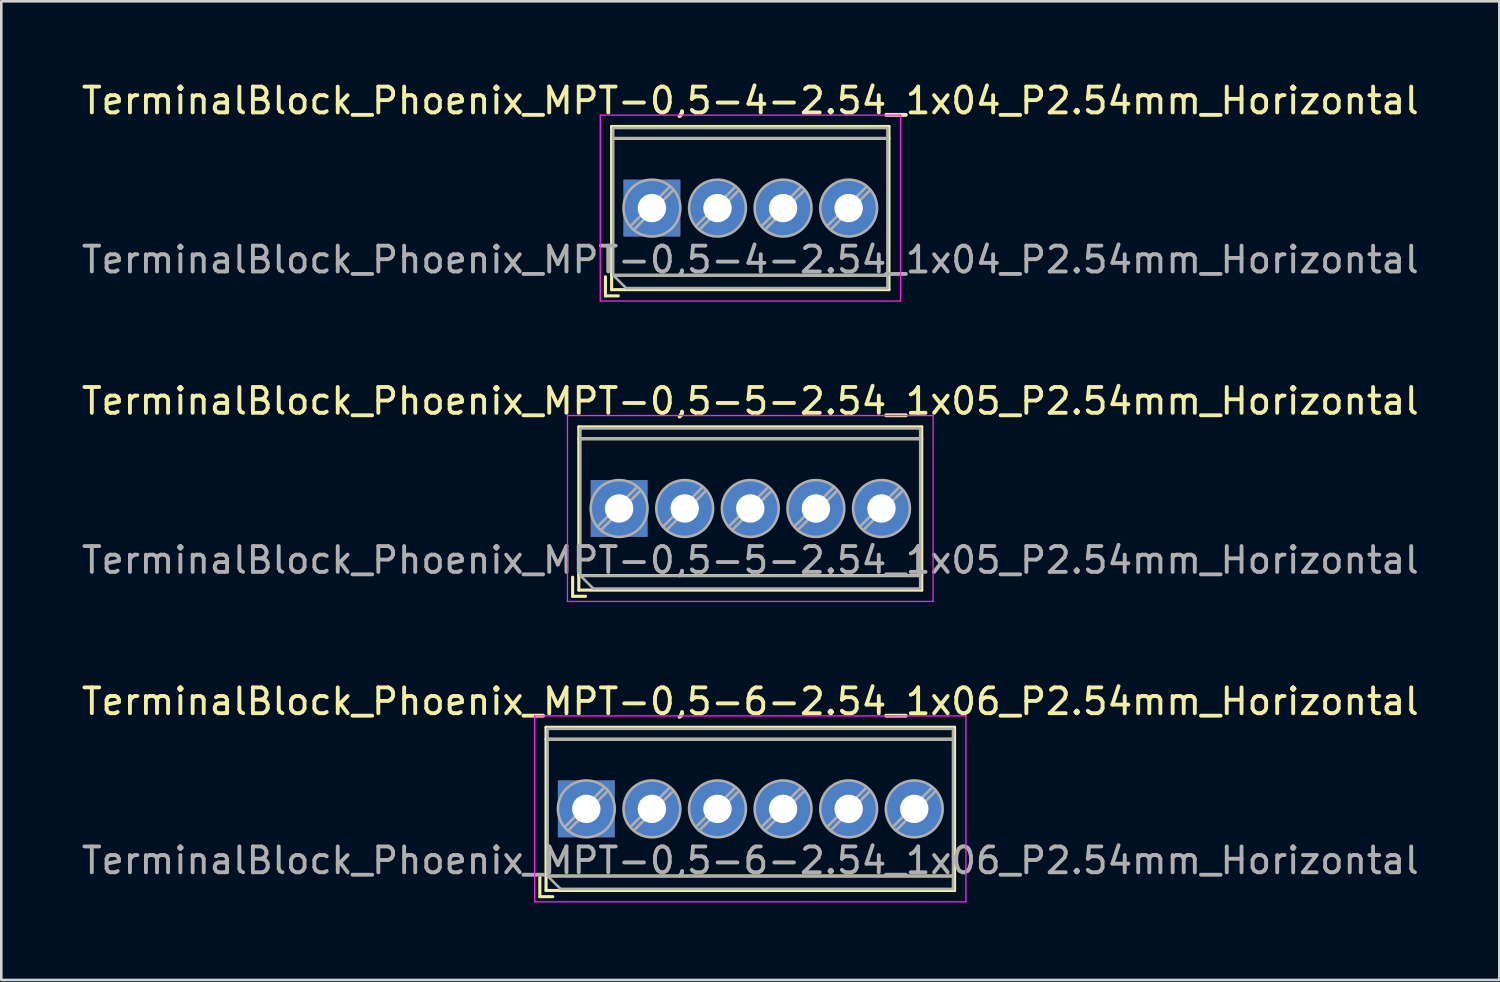
<source format=kicad_pcb>
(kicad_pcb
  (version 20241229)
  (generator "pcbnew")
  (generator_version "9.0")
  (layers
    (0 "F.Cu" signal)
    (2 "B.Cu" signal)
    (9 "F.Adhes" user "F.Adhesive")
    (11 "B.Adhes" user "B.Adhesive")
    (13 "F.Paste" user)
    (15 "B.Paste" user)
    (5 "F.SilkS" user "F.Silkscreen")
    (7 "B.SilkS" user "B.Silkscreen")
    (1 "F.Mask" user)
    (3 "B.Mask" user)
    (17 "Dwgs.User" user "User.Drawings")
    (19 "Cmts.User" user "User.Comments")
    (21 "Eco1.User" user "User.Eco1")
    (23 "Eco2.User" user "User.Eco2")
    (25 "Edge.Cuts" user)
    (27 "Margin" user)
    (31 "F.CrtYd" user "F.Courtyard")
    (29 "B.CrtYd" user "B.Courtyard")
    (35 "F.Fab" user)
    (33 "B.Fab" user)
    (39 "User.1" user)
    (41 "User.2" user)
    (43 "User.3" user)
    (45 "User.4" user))
  (footprint "TerminalBlock_Phoenix_MPT-0,5-5-2.54_1x05_P2.54mm_Horizontal"
    (layer "F.Cu")
    (at 20.926 16.642)
    (property "Reference" "TerminalBlock_Phoenix_MPT-0,5-5-2.54_1x05_P2.54mm_Horizontal" (at 5.08 -4.16 0) (layer "F.SilkS") (effects (font (size 1 1) (thickness 0.15))))
    (attr through_hole)
    (fp_line (start -1.8 2.66) (end -1.8 3.4) (stroke (width 0.12) (type solid)) (layer "F.SilkS"))
    (fp_line (start -1.8 3.4) (end -1.3 3.4) (stroke (width 0.12) (type solid)) (layer "F.SilkS"))
    (fp_line (start -1.56 -3.16) (end -1.56 3.16) (stroke (width 0.12) (type solid)) (layer "F.SilkS"))
    (fp_line (start -1.56 -3.16) (end 11.72 -3.16) (stroke (width 0.12) (type solid)) (layer "F.SilkS"))
    (fp_line (start -1.56 -2.7) (end 11.72 -2.7) (stroke (width 0.12) (type solid)) (layer "F.SilkS"))
    (fp_line (start -1.56 2.6) (end 11.72 2.6) (stroke (width 0.12) (type solid)) (layer "F.SilkS"))
    (fp_line (start -1.56 3.16) (end 11.72 3.16) (stroke (width 0.12) (type solid)) (layer "F.SilkS"))
    (fp_line (start 11.72 -3.16) (end 11.72 3.16) (stroke (width 0.12) (type solid)) (layer "F.SilkS"))
    (fp_line (start -2 -3.6) (end -2 3.6) (stroke (width 0.05) (type solid)) (layer "F.CrtYd"))
    (fp_line (start -2 3.6) (end 12.16 3.6) (stroke (width 0.05) (type solid)) (layer "F.CrtYd"))
    (fp_line (start 12.16 -3.6) (end -2 -3.6) (stroke (width 0.05) (type solid)) (layer "F.CrtYd"))
    (fp_line (start 12.16 3.6) (end 12.16 -3.6) (stroke (width 0.05) (type solid)) (layer "F.CrtYd"))
    (fp_line (start -1.5 -3.1) (end 11.66 -3.1) (stroke (width 0.1) (type solid)) (layer "F.Fab"))
    (fp_line (start -1.5 -2.7) (end 11.66 -2.7) (stroke (width 0.1) (type solid)) (layer "F.Fab"))
    (fp_line (start -1.5 2.6) (end -1.5 -3.1) (stroke (width 0.1) (type solid)) (layer "F.Fab"))
    (fp_line (start -1.5 2.6) (end 11.66 2.6) (stroke (width 0.1) (type solid)) (layer "F.Fab"))
    (fp_line (start -1 3.1) (end -1.5 2.6) (stroke (width 0.1) (type solid)) (layer "F.Fab"))
    (fp_line (start 0.701 -0.835) (end -0.835 0.7) (stroke (width 0.1) (type solid)) (layer "F.Fab"))
    (fp_line (start 0.835 -0.7) (end -0.701 0.835) (stroke (width 0.1) (type solid)) (layer "F.Fab"))
    (fp_line (start 3.241 -0.835) (end 1.706 0.7) (stroke (width 0.1) (type solid)) (layer "F.Fab"))
    (fp_line (start 3.375 -0.7) (end 1.84 0.835) (stroke (width 0.1) (type solid)) (layer "F.Fab"))
    (fp_line (start 5.781 -0.835) (end 4.246 0.7) (stroke (width 0.1) (type solid)) (layer "F.Fab"))
    (fp_line (start 5.915 -0.7) (end 4.38 0.835) (stroke (width 0.1) (type solid)) (layer "F.Fab"))
    (fp_line (start 8.321 -0.835) (end 6.786 0.7) (stroke (width 0.1) (type solid)) (layer "F.Fab"))
    (fp_line (start 8.455 -0.7) (end 6.92 0.835) (stroke (width 0.1) (type solid)) (layer "F.Fab"))
    (fp_line (start 10.861 -0.835) (end 9.326 0.7) (stroke (width 0.1) (type solid)) (layer "F.Fab"))
    (fp_line (start 10.995 -0.7) (end 9.46 0.835) (stroke (width 0.1) (type solid)) (layer "F.Fab"))
    (fp_line (start 11.66 -3.1) (end 11.66 3.1) (stroke (width 0.1) (type solid)) (layer "F.Fab"))
    (fp_line (start 11.66 3.1) (end -1 3.1) (stroke (width 0.1) (type solid)) (layer "F.Fab"))
    (fp_circle (center 0 0) (end 1.1 0) (stroke (width 0.1) (type solid)) (fill no) (layer "F.Fab"))
    (fp_circle (center 2.54 0) (end 3.64 0) (stroke (width 0.1) (type solid)) (fill no) (layer "F.Fab"))
    (fp_circle (center 5.08 0) (end 6.18 0) (stroke (width 0.1) (type solid)) (fill no) (layer "F.Fab"))
    (fp_circle (center 7.62 0) (end 8.72 0) (stroke (width 0.1) (type solid)) (fill no) (layer "F.Fab"))
    (fp_circle (center 10.16 0) (end 11.26 0) (stroke (width 0.1) (type solid)) (fill no) (layer "F.Fab"))
    (fp_text user "${REFERENCE}" (at 5.08 2 0) (layer "F.Fab") (effects (font (size 1 1) (thickness 0.15))))
    (pad "1" thru_hole rect (at 0 0) (size 2.2 2.2) (drill 1.1) (layers "*.Cu" "*.Mask"))
    (pad "2" thru_hole circle (at 2.54 0) (size 2.2 2.2) (drill 1.1) (layers "*.Cu" "*.Mask"))
    (pad "3" thru_hole circle (at 5.08 0) (size 2.2 2.2) (drill 1.1) (layers "*.Cu" "*.Mask"))
    (pad "4" thru_hole circle (at 7.62 0) (size 2.2 2.2) (drill 1.1) (layers "*.Cu" "*.Mask"))
    (pad "5" thru_hole circle (at 10.16 0) (size 2.2 2.2) (drill 1.1) (layers "*.Cu" "*.Mask")))
  (footprint "TerminalBlock_Phoenix_MPT-0,5-6-2.54_1x06_P2.54mm_Horizontal"
    (layer "F.Cu")
    (at 19.656 28.275)
    (property "Reference" "TerminalBlock_Phoenix_MPT-0,5-6-2.54_1x06_P2.54mm_Horizontal" (at 6.35 -4.16 0) (layer "F.SilkS") (effects (font (size 1 1) (thickness 0.15))))
    (attr through_hole)
    (fp_line (start -1.8 2.66) (end -1.8 3.4) (stroke (width 0.12) (type solid)) (layer "F.SilkS"))
    (fp_line (start -1.8 3.4) (end -1.3 3.4) (stroke (width 0.12) (type solid)) (layer "F.SilkS"))
    (fp_line (start -1.56 -3.16) (end -1.56 3.16) (stroke (width 0.12) (type solid)) (layer "F.SilkS"))
    (fp_line (start -1.56 -3.16) (end 14.26 -3.16) (stroke (width 0.12) (type solid)) (layer "F.SilkS"))
    (fp_line (start -1.56 -2.7) (end 14.26 -2.7) (stroke (width 0.12) (type solid)) (layer "F.SilkS"))
    (fp_line (start -1.56 2.6) (end 14.26 2.6) (stroke (width 0.12) (type solid)) (layer "F.SilkS"))
    (fp_line (start -1.56 3.16) (end 14.26 3.16) (stroke (width 0.12) (type solid)) (layer "F.SilkS"))
    (fp_line (start 14.26 -3.16) (end 14.26 3.16) (stroke (width 0.12) (type solid)) (layer "F.SilkS"))
    (fp_line (start -2 -3.6) (end -2 3.6) (stroke (width 0.05) (type solid)) (layer "F.CrtYd"))
    (fp_line (start -2 3.6) (end 14.7 3.6) (stroke (width 0.05) (type solid)) (layer "F.CrtYd"))
    (fp_line (start 14.7 -3.6) (end -2 -3.6) (stroke (width 0.05) (type solid)) (layer "F.CrtYd"))
    (fp_line (start 14.7 3.6) (end 14.7 -3.6) (stroke (width 0.05) (type solid)) (layer "F.CrtYd"))
    (fp_line (start -1.5 -3.1) (end 14.2 -3.1) (stroke (width 0.1) (type solid)) (layer "F.Fab"))
    (fp_line (start -1.5 -2.7) (end 14.2 -2.7) (stroke (width 0.1) (type solid)) (layer "F.Fab"))
    (fp_line (start -1.5 2.6) (end -1.5 -3.1) (stroke (width 0.1) (type solid)) (layer "F.Fab"))
    (fp_line (start -1.5 2.6) (end 14.2 2.6) (stroke (width 0.1) (type solid)) (layer "F.Fab"))
    (fp_line (start -1 3.1) (end -1.5 2.6) (stroke (width 0.1) (type solid)) (layer "F.Fab"))
    (fp_line (start 0.701 -0.835) (end -0.835 0.7) (stroke (width 0.1) (type solid)) (layer "F.Fab"))
    (fp_line (start 0.835 -0.7) (end -0.701 0.835) (stroke (width 0.1) (type solid)) (layer "F.Fab"))
    (fp_line (start 3.241 -0.835) (end 1.706 0.7) (stroke (width 0.1) (type solid)) (layer "F.Fab"))
    (fp_line (start 3.375 -0.7) (end 1.84 0.835) (stroke (width 0.1) (type solid)) (layer "F.Fab"))
    (fp_line (start 5.781 -0.835) (end 4.246 0.7) (stroke (width 0.1) (type solid)) (layer "F.Fab"))
    (fp_line (start 5.915 -0.7) (end 4.38 0.835) (stroke (width 0.1) (type solid)) (layer "F.Fab"))
    (fp_line (start 8.321 -0.835) (end 6.786 0.7) (stroke (width 0.1) (type solid)) (layer "F.Fab"))
    (fp_line (start 8.455 -0.7) (end 6.92 0.835) (stroke (width 0.1) (type solid)) (layer "F.Fab"))
    (fp_line (start 10.861 -0.835) (end 9.326 0.7) (stroke (width 0.1) (type solid)) (layer "F.Fab"))
    (fp_line (start 10.995 -0.7) (end 9.46 0.835) (stroke (width 0.1) (type solid)) (layer "F.Fab"))
    (fp_line (start 13.401 -0.835) (end 11.866 0.7) (stroke (width 0.1) (type solid)) (layer "F.Fab"))
    (fp_line (start 13.535 -0.7) (end 12 0.835) (stroke (width 0.1) (type solid)) (layer "F.Fab"))
    (fp_line (start 14.2 -3.1) (end 14.2 3.1) (stroke (width 0.1) (type solid)) (layer "F.Fab"))
    (fp_line (start 14.2 3.1) (end -1 3.1) (stroke (width 0.1) (type solid)) (layer "F.Fab"))
    (fp_circle (center 0 0) (end 1.1 0) (stroke (width 0.1) (type solid)) (fill no) (layer "F.Fab"))
    (fp_circle (center 2.54 0) (end 3.64 0) (stroke (width 0.1) (type solid)) (fill no) (layer "F.Fab"))
    (fp_circle (center 5.08 0) (end 6.18 0) (stroke (width 0.1) (type solid)) (fill no) (layer "F.Fab"))
    (fp_circle (center 7.62 0) (end 8.72 0) (stroke (width 0.1) (type solid)) (fill no) (layer "F.Fab"))
    (fp_circle (center 10.16 0) (end 11.26 0) (stroke (width 0.1) (type solid)) (fill no) (layer "F.Fab"))
    (fp_circle (center 12.7 0) (end 13.8 0) (stroke (width 0.1) (type solid)) (fill no) (layer "F.Fab"))
    (fp_text user "${REFERENCE}" (at 6.35 2 0) (layer "F.Fab") (effects (font (size 1 1) (thickness 0.15))))
    (pad "1" thru_hole rect (at 0 0) (size 2.2 2.2) (drill 1.1) (layers "*.Cu" "*.Mask"))
    (pad "2" thru_hole circle (at 2.54 0) (size 2.2 2.2) (drill 1.1) (layers "*.Cu" "*.Mask"))
    (pad "3" thru_hole circle (at 5.08 0) (size 2.2 2.2) (drill 1.1) (layers "*.Cu" "*.Mask"))
    (pad "4" thru_hole circle (at 7.62 0) (size 2.2 2.2) (drill 1.1) (layers "*.Cu" "*.Mask"))
    (pad "5" thru_hole circle (at 10.16 0) (size 2.2 2.2) (drill 1.1) (layers "*.Cu" "*.Mask"))
    (pad "6" thru_hole circle (at 12.7 0) (size 2.2 2.2) (drill 1.1) (layers "*.Cu" "*.Mask")))
  (footprint "TerminalBlock_Phoenix_MPT-0,5-4-2.54_1x04_P2.54mm_Horizontal"
    (layer "F.Cu")
    (at 22.196 5.008)
    (property "Reference" "TerminalBlock_Phoenix_MPT-0,5-4-2.54_1x04_P2.54mm_Horizontal" (at 3.81 -4.16 0) (layer "F.SilkS") (effects (font (size 1 1) (thickness 0.15))))
    (attr through_hole)
    (fp_line (start -1.8 2.66) (end -1.8 3.4) (stroke (width 0.12) (type solid)) (layer "F.SilkS"))
    (fp_line (start -1.8 3.4) (end -1.3 3.4) (stroke (width 0.12) (type solid)) (layer "F.SilkS"))
    (fp_line (start -1.56 -3.16) (end -1.56 3.16) (stroke (width 0.12) (type solid)) (layer "F.SilkS"))
    (fp_line (start -1.56 -3.16) (end 9.18 -3.16) (stroke (width 0.12) (type solid)) (layer "F.SilkS"))
    (fp_line (start -1.56 -2.7) (end 9.18 -2.7) (stroke (width 0.12) (type solid)) (layer "F.SilkS"))
    (fp_line (start -1.56 2.6) (end 9.18 2.6) (stroke (width 0.12) (type solid)) (layer "F.SilkS"))
    (fp_line (start -1.56 3.16) (end 9.18 3.16) (stroke (width 0.12) (type solid)) (layer "F.SilkS"))
    (fp_line (start 9.18 -3.16) (end 9.18 3.16) (stroke (width 0.12) (type solid)) (layer "F.SilkS"))
    (fp_line (start -2 -3.6) (end -2 3.6) (stroke (width 0.05) (type solid)) (layer "F.CrtYd"))
    (fp_line (start -2 3.6) (end 9.63 3.6) (stroke (width 0.05) (type solid)) (layer "F.CrtYd"))
    (fp_line (start 9.63 -3.6) (end -2 -3.6) (stroke (width 0.05) (type solid)) (layer "F.CrtYd"))
    (fp_line (start 9.63 3.6) (end 9.63 -3.6) (stroke (width 0.05) (type solid)) (layer "F.CrtYd"))
    (fp_line (start -1.5 -3.1) (end 9.12 -3.1) (stroke (width 0.1) (type solid)) (layer "F.Fab"))
    (fp_line (start -1.5 -2.7) (end 9.12 -2.7) (stroke (width 0.1) (type solid)) (layer "F.Fab"))
    (fp_line (start -1.5 2.6) (end -1.5 -3.1) (stroke (width 0.1) (type solid)) (layer "F.Fab"))
    (fp_line (start -1.5 2.6) (end 9.12 2.6) (stroke (width 0.1) (type solid)) (layer "F.Fab"))
    (fp_line (start -1 3.1) (end -1.5 2.6) (stroke (width 0.1) (type solid)) (layer "F.Fab"))
    (fp_line (start 0.701 -0.835) (end -0.835 0.7) (stroke (width 0.1) (type solid)) (layer "F.Fab"))
    (fp_line (start 0.835 -0.7) (end -0.701 0.835) (stroke (width 0.1) (type solid)) (layer "F.Fab"))
    (fp_line (start 3.241 -0.835) (end 1.706 0.7) (stroke (width 0.1) (type solid)) (layer "F.Fab"))
    (fp_line (start 3.375 -0.7) (end 1.84 0.835) (stroke (width 0.1) (type solid)) (layer "F.Fab"))
    (fp_line (start 5.781 -0.835) (end 4.246 0.7) (stroke (width 0.1) (type solid)) (layer "F.Fab"))
    (fp_line (start 5.915 -0.7) (end 4.38 0.835) (stroke (width 0.1) (type solid)) (layer "F.Fab"))
    (fp_line (start 8.321 -0.835) (end 6.786 0.7) (stroke (width 0.1) (type solid)) (layer "F.Fab"))
    (fp_line (start 8.455 -0.7) (end 6.92 0.835) (stroke (width 0.1) (type solid)) (layer "F.Fab"))
    (fp_line (start 9.12 -3.1) (end 9.12 3.1) (stroke (width 0.1) (type solid)) (layer "F.Fab"))
    (fp_line (start 9.12 3.1) (end -1 3.1) (stroke (width 0.1) (type solid)) (layer "F.Fab"))
    (fp_circle (center 0 0) (end 1.1 0) (stroke (width 0.1) (type solid)) (fill no) (layer "F.Fab"))
    (fp_circle (center 2.54 0) (end 3.64 0) (stroke (width 0.1) (type solid)) (fill no) (layer "F.Fab"))
    (fp_circle (center 5.08 0) (end 6.18 0) (stroke (width 0.1) (type solid)) (fill no) (layer "F.Fab"))
    (fp_circle (center 7.62 0) (end 8.72 0) (stroke (width 0.1) (type solid)) (fill no) (layer "F.Fab"))
    (fp_text user "${REFERENCE}" (at 3.81 2 0) (layer "F.Fab") (effects (font (size 1 1) (thickness 0.15))))
    (pad "1" thru_hole rect (at 0 0) (size 2.2 2.2) (drill 1.1) (layers "*.Cu" "*.Mask"))
    (pad "2" thru_hole circle (at 2.54 0) (size 2.2 2.2) (drill 1.1) (layers "*.Cu" "*.Mask"))
    (pad "3" thru_hole circle (at 5.08 0) (size 2.2 2.2) (drill 1.1) (layers "*.Cu" "*.Mask"))
    (pad "4" thru_hole circle (at 7.62 0) (size 2.2 2.2) (drill 1.1) (layers "*.Cu" "*.Mask")))
  (gr_rect
    (start -3 -3)
    (end 55.012 34.9)
    (stroke (width 0.1) (type default))
    (fill no)
    (layer "Edge.Cuts")))
</source>
